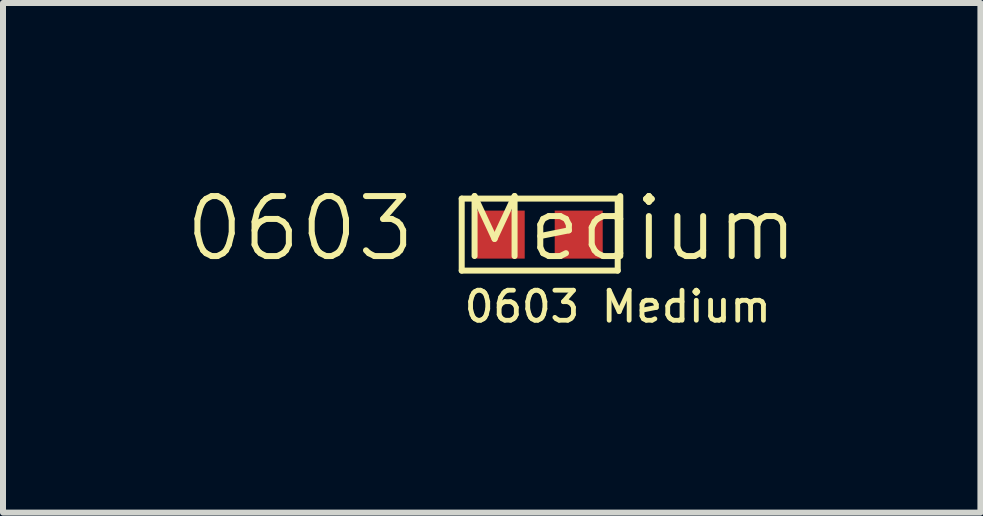
<source format=kicad_pcb>
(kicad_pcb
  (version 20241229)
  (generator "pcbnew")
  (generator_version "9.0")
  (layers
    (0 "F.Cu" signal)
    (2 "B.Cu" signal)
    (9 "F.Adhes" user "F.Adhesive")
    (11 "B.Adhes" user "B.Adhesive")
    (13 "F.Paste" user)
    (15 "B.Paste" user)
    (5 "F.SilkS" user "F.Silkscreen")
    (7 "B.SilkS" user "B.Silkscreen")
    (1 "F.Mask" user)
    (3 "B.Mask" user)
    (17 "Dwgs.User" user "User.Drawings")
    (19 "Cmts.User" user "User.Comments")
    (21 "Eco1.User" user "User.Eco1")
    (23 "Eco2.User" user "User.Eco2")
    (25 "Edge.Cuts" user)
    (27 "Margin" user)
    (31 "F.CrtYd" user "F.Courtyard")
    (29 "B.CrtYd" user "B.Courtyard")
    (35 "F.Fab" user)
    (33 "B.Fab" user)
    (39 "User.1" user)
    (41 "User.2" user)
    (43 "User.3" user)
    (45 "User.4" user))
  (footprint "0603 Medium"
    (layer "F.Cu")
    (at 5.145 1.26)
    (property "Reference" "0603 Medium" (at 0 -0.5 0) (unlocked yes) (layer "F.SilkS") (effects (font (size 1 1) (thickness 0.1))))
    (attr smd)
    (fp_line (start -0.5 -1) (end -0.5 0.2) (stroke (width 0.1) (type default)) (layer "F.SilkS"))
    (fp_line (start -0.5 0.2) (end 2.1 0.2) (stroke (width 0.1) (type default)) (layer "F.SilkS"))
    (fp_line (start 2.1 -1) (end -0.5 -1) (stroke (width 0.1) (type default)) (layer "F.SilkS"))
    (fp_line (start 2.1 0.2) (end 2.1 -1) (stroke (width 0.1) (type default)) (layer "F.SilkS"))
    (fp_text user "${REFERENCE}" (at -0.5 0.8 0) (unlocked yes) (layer "F.SilkS") (effects (font (size 0.5 0.5) (thickness 0.08)) (justify left)))
    (pad "1" smd rect (at 0.15 -0.4) (size 0.8 0.8) (layers "F.Cu" "F.Mask" "F.Paste"))
    (pad "2" smd rect (at 1.45 -0.4) (size 0.8 0.8) (layers "F.Cu" "F.Mask" "F.Paste")))
  (gr_rect
    (start -3 -3)
    (end 13.29 5.493)
    (stroke (width 0.1) (type default))
    (fill no)
    (layer "Edge.Cuts")))
</source>
